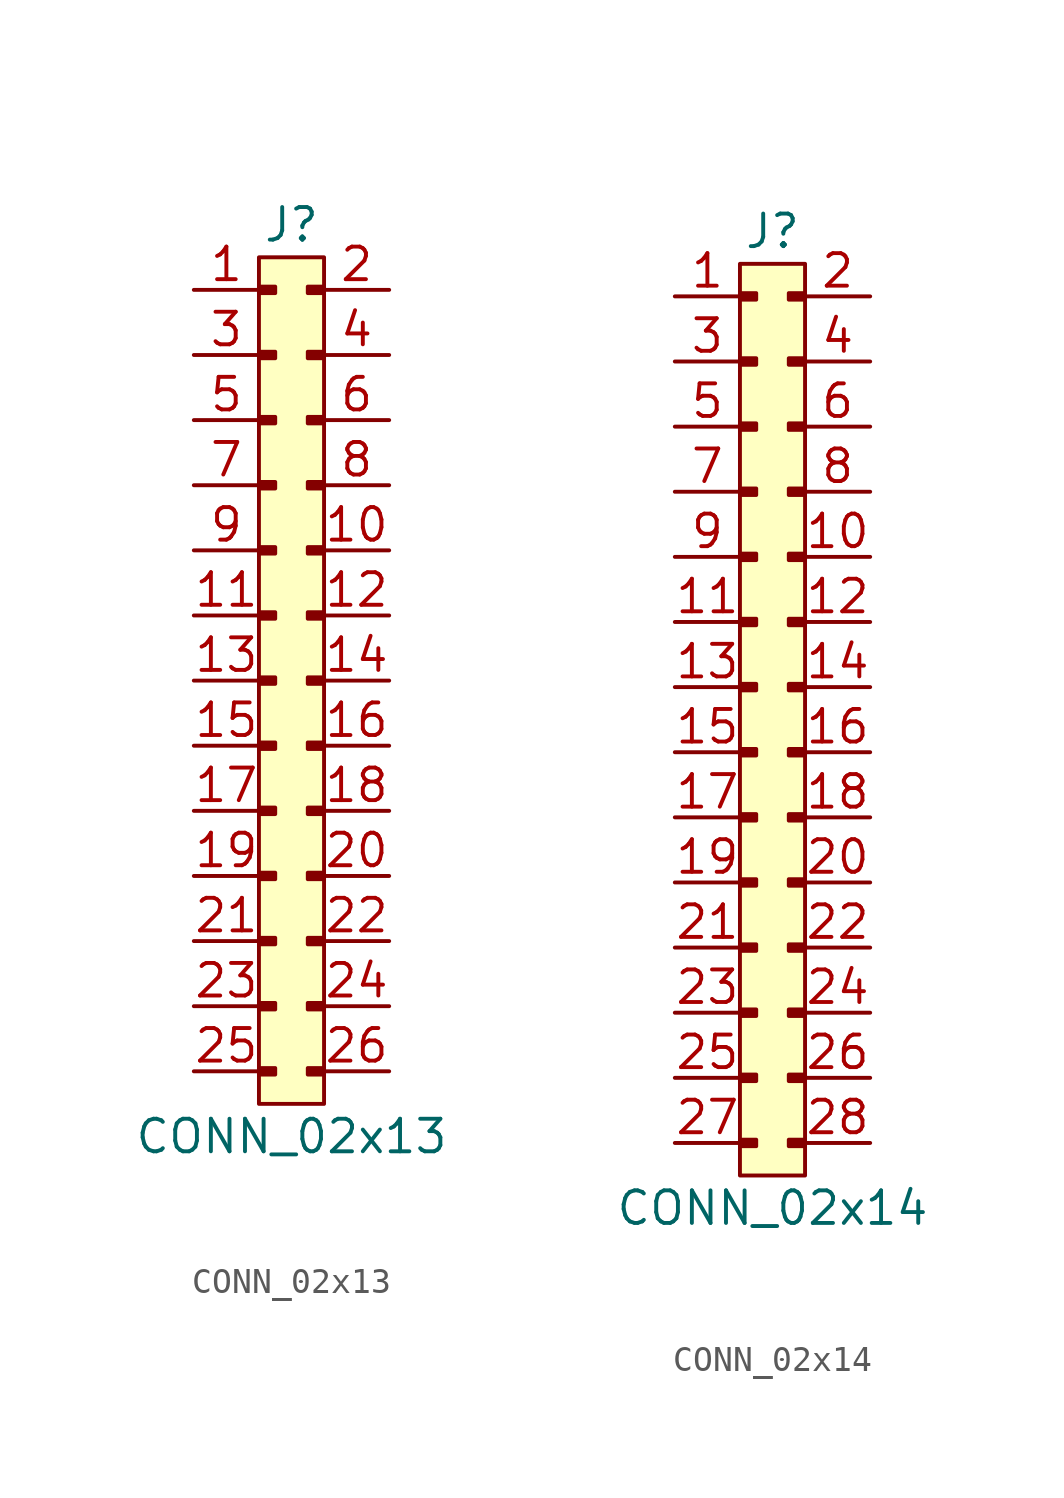
<source format=kicad_sym>
(kicad_symbol_lib
  (version 20211014)
  (generator agg_kicad.build_lib_connector)
  (symbol "CONN_02x13"
    (pin_names hide)
    (property Reference J
      (at -1.27 2.54 0)
      (effects (font (size 1.27 1.27))))
    (property Value "CONN_02x13"
      (at -1.27 -33.02 0)
      (effects (font (size 1.27 1.27))))
    (rectangle
      (start 0 -31.75)
      (end -2.54 1.27)
      (stroke (width 0) (type default) (color 0 0 0 0))
      (fill (type background)))
    (rectangle
      (start 0 0.127)
      (end -0.635 -0.127)
      (stroke (width 0) (type default) (color 0 0 0 0))
      (fill (type outline)))
    (rectangle
      (start -2.54 0.127)
      (end -1.905 -0.127)
      (stroke (width 0) (type default) (color 0 0 0 0))
      (fill (type outline)))
    (rectangle
      (start 0 -2.413)
      (end -0.635 -2.667)
      (stroke (width 0) (type default) (color 0 0 0 0))
      (fill (type outline)))
    (rectangle
      (start -2.54 -2.413)
      (end -1.905 -2.667)
      (stroke (width 0) (type default) (color 0 0 0 0))
      (fill (type outline)))
    (rectangle
      (start 0 -4.953)
      (end -0.635 -5.207)
      (stroke (width 0) (type default) (color 0 0 0 0))
      (fill (type outline)))
    (rectangle
      (start -2.54 -4.953)
      (end -1.905 -5.207)
      (stroke (width 0) (type default) (color 0 0 0 0))
      (fill (type outline)))
    (rectangle
      (start 0 -7.493)
      (end -0.635 -7.747)
      (stroke (width 0) (type default) (color 0 0 0 0))
      (fill (type outline)))
    (rectangle
      (start -2.54 -7.493)
      (end -1.905 -7.747)
      (stroke (width 0) (type default) (color 0 0 0 0))
      (fill (type outline)))
    (rectangle
      (start 0 -10.033)
      (end -0.635 -10.287)
      (stroke (width 0) (type default) (color 0 0 0 0))
      (fill (type outline)))
    (rectangle
      (start -2.54 -10.033)
      (end -1.905 -10.287)
      (stroke (width 0) (type default) (color 0 0 0 0))
      (fill (type outline)))
    (rectangle
      (start 0 -12.573)
      (end -0.635 -12.827)
      (stroke (width 0) (type default) (color 0 0 0 0))
      (fill (type outline)))
    (rectangle
      (start -2.54 -12.573)
      (end -1.905 -12.827)
      (stroke (width 0) (type default) (color 0 0 0 0))
      (fill (type outline)))
    (rectangle
      (start 0 -15.113)
      (end -0.635 -15.367)
      (stroke (width 0) (type default) (color 0 0 0 0))
      (fill (type outline)))
    (rectangle
      (start -2.54 -15.113)
      (end -1.905 -15.367)
      (stroke (width 0) (type default) (color 0 0 0 0))
      (fill (type outline)))
    (rectangle
      (start 0 -17.653)
      (end -0.635 -17.907)
      (stroke (width 0) (type default) (color 0 0 0 0))
      (fill (type outline)))
    (rectangle
      (start -2.54 -17.653)
      (end -1.905 -17.907)
      (stroke (width 0) (type default) (color 0 0 0 0))
      (fill (type outline)))
    (rectangle
      (start 0 -20.193)
      (end -0.635 -20.447)
      (stroke (width 0) (type default) (color 0 0 0 0))
      (fill (type outline)))
    (rectangle
      (start -2.54 -20.193)
      (end -1.905 -20.447)
      (stroke (width 0) (type default) (color 0 0 0 0))
      (fill (type outline)))
    (rectangle
      (start 0 -22.733)
      (end -0.635 -22.987)
      (stroke (width 0) (type default) (color 0 0 0 0))
      (fill (type outline)))
    (rectangle
      (start -2.54 -22.733)
      (end -1.905 -22.987)
      (stroke (width 0) (type default) (color 0 0 0 0))
      (fill (type outline)))
    (rectangle
      (start 0 -25.273)
      (end -0.635 -25.527)
      (stroke (width 0) (type default) (color 0 0 0 0))
      (fill (type outline)))
    (rectangle
      (start -2.54 -25.273)
      (end -1.905 -25.527)
      (stroke (width 0) (type default) (color 0 0 0 0))
      (fill (type outline)))
    (rectangle
      (start 0 -27.813)
      (end -0.635 -28.067)
      (stroke (width 0) (type default) (color 0 0 0 0))
      (fill (type outline)))
    (rectangle
      (start -2.54 -27.813)
      (end -1.905 -28.067)
      (stroke (width 0) (type default) (color 0 0 0 0))
      (fill (type outline)))
    (rectangle
      (start 0 -30.353)
      (end -0.635 -30.607)
      (stroke (width 0) (type default) (color 0 0 0 0))
      (fill (type outline)))
    (rectangle
      (start -2.54 -30.353)
      (end -1.905 -30.607)
      (stroke (width 0) (type default) (color 0 0 0 0))
      (fill (type outline)))
    (pin passive line
      (at 2.54 0 180)
      (length 2.54)
      (name "2" (effects (font (size 1.27 1.27))))
      (number "2" (effects (font (size 1.27 1.27)))))
    (pin passive line
      (at -5.08 0 0)
      (length 2.54)
      (name "1" (effects (font (size 1.27 1.27))))
      (number "1" (effects (font (size 1.27 1.27)))))
    (pin passive line
      (at 2.54 -2.54 180)
      (length 2.54)
      (name "4" (effects (font (size 1.27 1.27))))
      (number "4" (effects (font (size 1.27 1.27)))))
    (pin passive line
      (at -5.08 -2.54 0)
      (length 2.54)
      (name "3" (effects (font (size 1.27 1.27))))
      (number "3" (effects (font (size 1.27 1.27)))))
    (pin passive line
      (at 2.54 -5.08 180)
      (length 2.54)
      (name "6" (effects (font (size 1.27 1.27))))
      (number "6" (effects (font (size 1.27 1.27)))))
    (pin passive line
      (at -5.08 -5.08 0)
      (length 2.54)
      (name "5" (effects (font (size 1.27 1.27))))
      (number "5" (effects (font (size 1.27 1.27)))))
    (pin passive line
      (at 2.54 -7.62 180)
      (length 2.54)
      (name "8" (effects (font (size 1.27 1.27))))
      (number "8" (effects (font (size 1.27 1.27)))))
    (pin passive line
      (at -5.08 -7.62 0)
      (length 2.54)
      (name "7" (effects (font (size 1.27 1.27))))
      (number "7" (effects (font (size 1.27 1.27)))))
    (pin passive line
      (at 2.54 -10.16 180)
      (length 2.54)
      (name "10" (effects (font (size 1.27 1.27))))
      (number "10" (effects (font (size 1.27 1.27)))))
    (pin passive line
      (at -5.08 -10.16 0)
      (length 2.54)
      (name "9" (effects (font (size 1.27 1.27))))
      (number "9" (effects (font (size 1.27 1.27)))))
    (pin passive line
      (at 2.54 -12.7 180)
      (length 2.54)
      (name "12" (effects (font (size 1.27 1.27))))
      (number "12" (effects (font (size 1.27 1.27)))))
    (pin passive line
      (at -5.08 -12.7 0)
      (length 2.54)
      (name "11" (effects (font (size 1.27 1.27))))
      (number "11" (effects (font (size 1.27 1.27)))))
    (pin passive line
      (at 2.54 -15.24 180)
      (length 2.54)
      (name "14" (effects (font (size 1.27 1.27))))
      (number "14" (effects (font (size 1.27 1.27)))))
    (pin passive line
      (at -5.08 -15.24 0)
      (length 2.54)
      (name "13" (effects (font (size 1.27 1.27))))
      (number "13" (effects (font (size 1.27 1.27)))))
    (pin passive line
      (at 2.54 -17.78 180)
      (length 2.54)
      (name "16" (effects (font (size 1.27 1.27))))
      (number "16" (effects (font (size 1.27 1.27)))))
    (pin passive line
      (at -5.08 -17.78 0)
      (length 2.54)
      (name "15" (effects (font (size 1.27 1.27))))
      (number "15" (effects (font (size 1.27 1.27)))))
    (pin passive line
      (at 2.54 -20.32 180)
      (length 2.54)
      (name "18" (effects (font (size 1.27 1.27))))
      (number "18" (effects (font (size 1.27 1.27)))))
    (pin passive line
      (at -5.08 -20.32 0)
      (length 2.54)
      (name "17" (effects (font (size 1.27 1.27))))
      (number "17" (effects (font (size 1.27 1.27)))))
    (pin passive line
      (at 2.54 -22.86 180)
      (length 2.54)
      (name "20" (effects (font (size 1.27 1.27))))
      (number "20" (effects (font (size 1.27 1.27)))))
    (pin passive line
      (at -5.08 -22.86 0)
      (length 2.54)
      (name "19" (effects (font (size 1.27 1.27))))
      (number "19" (effects (font (size 1.27 1.27)))))
    (pin passive line
      (at 2.54 -25.4 180)
      (length 2.54)
      (name "22" (effects (font (size 1.27 1.27))))
      (number "22" (effects (font (size 1.27 1.27)))))
    (pin passive line
      (at -5.08 -25.4 0)
      (length 2.54)
      (name "21" (effects (font (size 1.27 1.27))))
      (number "21" (effects (font (size 1.27 1.27)))))
    (pin passive line
      (at 2.54 -27.94 180)
      (length 2.54)
      (name "24" (effects (font (size 1.27 1.27))))
      (number "24" (effects (font (size 1.27 1.27)))))
    (pin passive line
      (at -5.08 -27.94 0)
      (length 2.54)
      (name "23" (effects (font (size 1.27 1.27))))
      (number "23" (effects (font (size 1.27 1.27)))))
    (pin passive line
      (at 2.54 -30.48 180)
      (length 2.54)
      (name "26" (effects (font (size 1.27 1.27))))
      (number "26" (effects (font (size 1.27 1.27)))))
    (pin passive line
      (at -5.08 -30.48 0)
      (length 2.54)
      (name "25" (effects (font (size 1.27 1.27))))
      (number "25" (effects (font (size 1.27 1.27))))))
  (symbol "CONN_02x14"
    (pin_names hide)
    (property Reference J
      (at -1.27 2.54 0)
      (effects (font (size 1.27 1.27))))
    (property Value "CONN_02x14"
      (at -1.27 -35.56 0)
      (effects (font (size 1.27 1.27))))
    (rectangle
      (start 0 -34.29)
      (end -2.54 1.27)
      (stroke (width 0) (type default) (color 0 0 0 0))
      (fill (type background)))
    (rectangle
      (start 0 0.127)
      (end -0.635 -0.127)
      (stroke (width 0) (type default) (color 0 0 0 0))
      (fill (type outline)))
    (rectangle
      (start -2.54 0.127)
      (end -1.905 -0.127)
      (stroke (width 0) (type default) (color 0 0 0 0))
      (fill (type outline)))
    (rectangle
      (start 0 -2.413)
      (end -0.635 -2.667)
      (stroke (width 0) (type default) (color 0 0 0 0))
      (fill (type outline)))
    (rectangle
      (start -2.54 -2.413)
      (end -1.905 -2.667)
      (stroke (width 0) (type default) (color 0 0 0 0))
      (fill (type outline)))
    (rectangle
      (start 0 -4.953)
      (end -0.635 -5.207)
      (stroke (width 0) (type default) (color 0 0 0 0))
      (fill (type outline)))
    (rectangle
      (start -2.54 -4.953)
      (end -1.905 -5.207)
      (stroke (width 0) (type default) (color 0 0 0 0))
      (fill (type outline)))
    (rectangle
      (start 0 -7.493)
      (end -0.635 -7.747)
      (stroke (width 0) (type default) (color 0 0 0 0))
      (fill (type outline)))
    (rectangle
      (start -2.54 -7.493)
      (end -1.905 -7.747)
      (stroke (width 0) (type default) (color 0 0 0 0))
      (fill (type outline)))
    (rectangle
      (start 0 -10.033)
      (end -0.635 -10.287)
      (stroke (width 0) (type default) (color 0 0 0 0))
      (fill (type outline)))
    (rectangle
      (start -2.54 -10.033)
      (end -1.905 -10.287)
      (stroke (width 0) (type default) (color 0 0 0 0))
      (fill (type outline)))
    (rectangle
      (start 0 -12.573)
      (end -0.635 -12.827)
      (stroke (width 0) (type default) (color 0 0 0 0))
      (fill (type outline)))
    (rectangle
      (start -2.54 -12.573)
      (end -1.905 -12.827)
      (stroke (width 0) (type default) (color 0 0 0 0))
      (fill (type outline)))
    (rectangle
      (start 0 -15.113)
      (end -0.635 -15.367)
      (stroke (width 0) (type default) (color 0 0 0 0))
      (fill (type outline)))
    (rectangle
      (start -2.54 -15.113)
      (end -1.905 -15.367)
      (stroke (width 0) (type default) (color 0 0 0 0))
      (fill (type outline)))
    (rectangle
      (start 0 -17.653)
      (end -0.635 -17.907)
      (stroke (width 0) (type default) (color 0 0 0 0))
      (fill (type outline)))
    (rectangle
      (start -2.54 -17.653)
      (end -1.905 -17.907)
      (stroke (width 0) (type default) (color 0 0 0 0))
      (fill (type outline)))
    (rectangle
      (start 0 -20.193)
      (end -0.635 -20.447)
      (stroke (width 0) (type default) (color 0 0 0 0))
      (fill (type outline)))
    (rectangle
      (start -2.54 -20.193)
      (end -1.905 -20.447)
      (stroke (width 0) (type default) (color 0 0 0 0))
      (fill (type outline)))
    (rectangle
      (start 0 -22.733)
      (end -0.635 -22.987)
      (stroke (width 0) (type default) (color 0 0 0 0))
      (fill (type outline)))
    (rectangle
      (start -2.54 -22.733)
      (end -1.905 -22.987)
      (stroke (width 0) (type default) (color 0 0 0 0))
      (fill (type outline)))
    (rectangle
      (start 0 -25.273)
      (end -0.635 -25.527)
      (stroke (width 0) (type default) (color 0 0 0 0))
      (fill (type outline)))
    (rectangle
      (start -2.54 -25.273)
      (end -1.905 -25.527)
      (stroke (width 0) (type default) (color 0 0 0 0))
      (fill (type outline)))
    (rectangle
      (start 0 -27.813)
      (end -0.635 -28.067)
      (stroke (width 0) (type default) (color 0 0 0 0))
      (fill (type outline)))
    (rectangle
      (start -2.54 -27.813)
      (end -1.905 -28.067)
      (stroke (width 0) (type default) (color 0 0 0 0))
      (fill (type outline)))
    (rectangle
      (start 0 -30.353)
      (end -0.635 -30.607)
      (stroke (width 0) (type default) (color 0 0 0 0))
      (fill (type outline)))
    (rectangle
      (start -2.54 -30.353)
      (end -1.905 -30.607)
      (stroke (width 0) (type default) (color 0 0 0 0))
      (fill (type outline)))
    (rectangle
      (start 0 -32.893)
      (end -0.635 -33.147)
      (stroke (width 0) (type default) (color 0 0 0 0))
      (fill (type outline)))
    (rectangle
      (start -2.54 -32.893)
      (end -1.905 -33.147)
      (stroke (width 0) (type default) (color 0 0 0 0))
      (fill (type outline)))
    (pin passive line
      (at 2.54 0 180)
      (length 2.54)
      (name "2" (effects (font (size 1.27 1.27))))
      (number "2" (effects (font (size 1.27 1.27)))))
    (pin passive line
      (at -5.08 0 0)
      (length 2.54)
      (name "1" (effects (font (size 1.27 1.27))))
      (number "1" (effects (font (size 1.27 1.27)))))
    (pin passive line
      (at 2.54 -2.54 180)
      (length 2.54)
      (name "4" (effects (font (size 1.27 1.27))))
      (number "4" (effects (font (size 1.27 1.27)))))
    (pin passive line
      (at -5.08 -2.54 0)
      (length 2.54)
      (name "3" (effects (font (size 1.27 1.27))))
      (number "3" (effects (font (size 1.27 1.27)))))
    (pin passive line
      (at 2.54 -5.08 180)
      (length 2.54)
      (name "6" (effects (font (size 1.27 1.27))))
      (number "6" (effects (font (size 1.27 1.27)))))
    (pin passive line
      (at -5.08 -5.08 0)
      (length 2.54)
      (name "5" (effects (font (size 1.27 1.27))))
      (number "5" (effects (font (size 1.27 1.27)))))
    (pin passive line
      (at 2.54 -7.62 180)
      (length 2.54)
      (name "8" (effects (font (size 1.27 1.27))))
      (number "8" (effects (font (size 1.27 1.27)))))
    (pin passive line
      (at -5.08 -7.62 0)
      (length 2.54)
      (name "7" (effects (font (size 1.27 1.27))))
      (number "7" (effects (font (size 1.27 1.27)))))
    (pin passive line
      (at 2.54 -10.16 180)
      (length 2.54)
      (name "10" (effects (font (size 1.27 1.27))))
      (number "10" (effects (font (size 1.27 1.27)))))
    (pin passive line
      (at -5.08 -10.16 0)
      (length 2.54)
      (name "9" (effects (font (size 1.27 1.27))))
      (number "9" (effects (font (size 1.27 1.27)))))
    (pin passive line
      (at 2.54 -12.7 180)
      (length 2.54)
      (name "12" (effects (font (size 1.27 1.27))))
      (number "12" (effects (font (size 1.27 1.27)))))
    (pin passive line
      (at -5.08 -12.7 0)
      (length 2.54)
      (name "11" (effects (font (size 1.27 1.27))))
      (number "11" (effects (font (size 1.27 1.27)))))
    (pin passive line
      (at 2.54 -15.24 180)
      (length 2.54)
      (name "14" (effects (font (size 1.27 1.27))))
      (number "14" (effects (font (size 1.27 1.27)))))
    (pin passive line
      (at -5.08 -15.24 0)
      (length 2.54)
      (name "13" (effects (font (size 1.27 1.27))))
      (number "13" (effects (font (size 1.27 1.27)))))
    (pin passive line
      (at 2.54 -17.78 180)
      (length 2.54)
      (name "16" (effects (font (size 1.27 1.27))))
      (number "16" (effects (font (size 1.27 1.27)))))
    (pin passive line
      (at -5.08 -17.78 0)
      (length 2.54)
      (name "15" (effects (font (size 1.27 1.27))))
      (number "15" (effects (font (size 1.27 1.27)))))
    (pin passive line
      (at 2.54 -20.32 180)
      (length 2.54)
      (name "18" (effects (font (size 1.27 1.27))))
      (number "18" (effects (font (size 1.27 1.27)))))
    (pin passive line
      (at -5.08 -20.32 0)
      (length 2.54)
      (name "17" (effects (font (size 1.27 1.27))))
      (number "17" (effects (font (size 1.27 1.27)))))
    (pin passive line
      (at 2.54 -22.86 180)
      (length 2.54)
      (name "20" (effects (font (size 1.27 1.27))))
      (number "20" (effects (font (size 1.27 1.27)))))
    (pin passive line
      (at -5.08 -22.86 0)
      (length 2.54)
      (name "19" (effects (font (size 1.27 1.27))))
      (number "19" (effects (font (size 1.27 1.27)))))
    (pin passive line
      (at 2.54 -25.4 180)
      (length 2.54)
      (name "22" (effects (font (size 1.27 1.27))))
      (number "22" (effects (font (size 1.27 1.27)))))
    (pin passive line
      (at -5.08 -25.4 0)
      (length 2.54)
      (name "21" (effects (font (size 1.27 1.27))))
      (number "21" (effects (font (size 1.27 1.27)))))
    (pin passive line
      (at 2.54 -27.94 180)
      (length 2.54)
      (name "24" (effects (font (size 1.27 1.27))))
      (number "24" (effects (font (size 1.27 1.27)))))
    (pin passive line
      (at -5.08 -27.94 0)
      (length 2.54)
      (name "23" (effects (font (size 1.27 1.27))))
      (number "23" (effects (font (size 1.27 1.27)))))
    (pin passive line
      (at 2.54 -30.48 180)
      (length 2.54)
      (name "26" (effects (font (size 1.27 1.27))))
      (number "26" (effects (font (size 1.27 1.27)))))
    (pin passive line
      (at -5.08 -30.48 0)
      (length 2.54)
      (name "25" (effects (font (size 1.27 1.27))))
      (number "25" (effects (font (size 1.27 1.27)))))
    (pin passive line
      (at 2.54 -33.02 180)
      (length 2.54)
      (name "28" (effects (font (size 1.27 1.27))))
      (number "28" (effects (font (size 1.27 1.27)))))
    (pin passive line
      (at -5.08 -33.02 0)
      (length 2.54)
      (name "27" (effects (font (size 1.27 1.27))))
      (number "27" (effects (font (size 1.27 1.27)))))))
</source>
